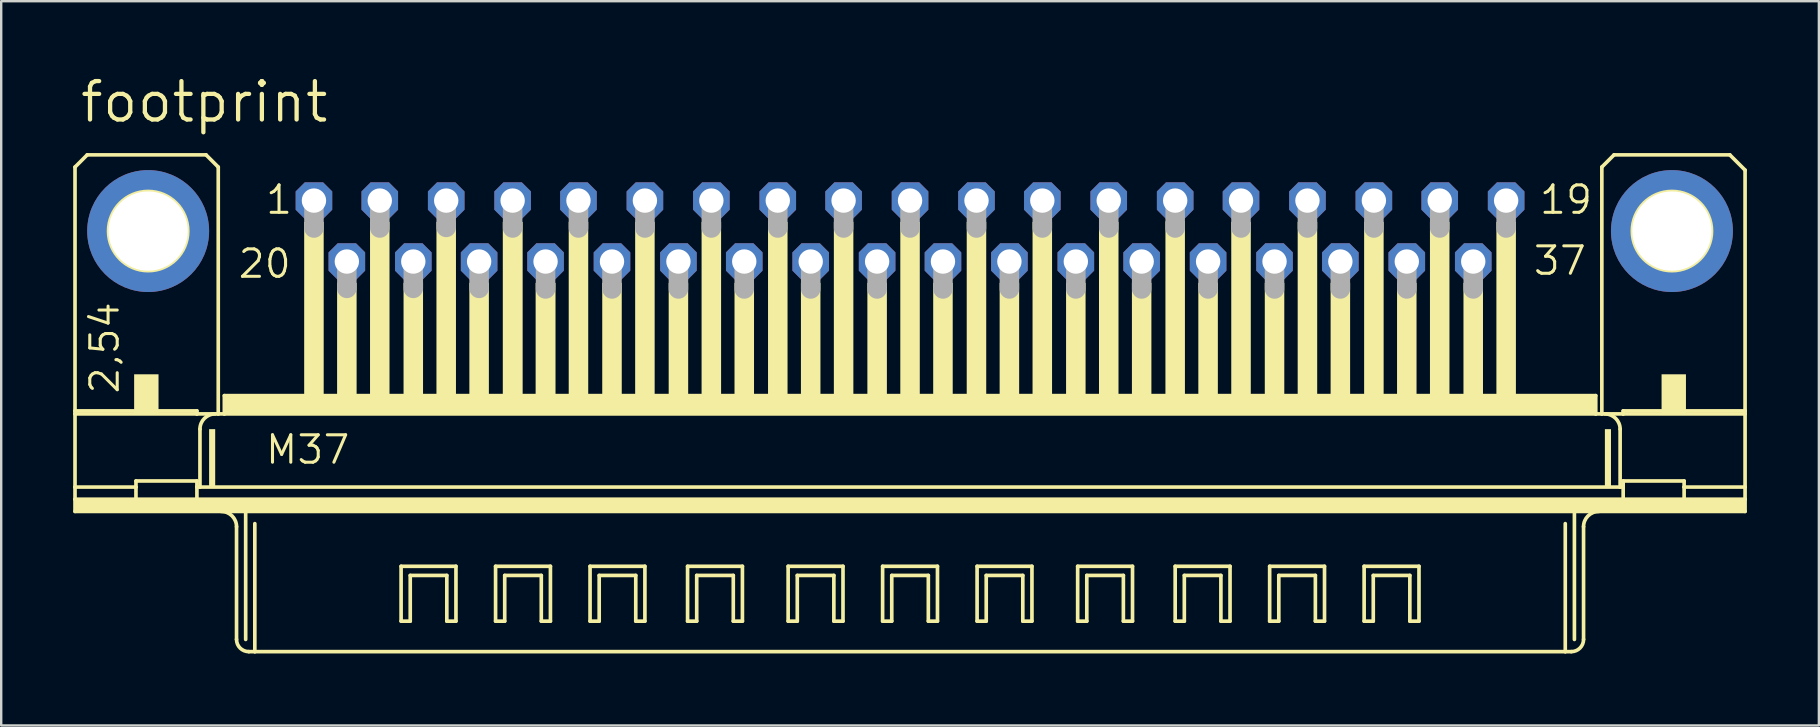
<source format=kicad_pcb>
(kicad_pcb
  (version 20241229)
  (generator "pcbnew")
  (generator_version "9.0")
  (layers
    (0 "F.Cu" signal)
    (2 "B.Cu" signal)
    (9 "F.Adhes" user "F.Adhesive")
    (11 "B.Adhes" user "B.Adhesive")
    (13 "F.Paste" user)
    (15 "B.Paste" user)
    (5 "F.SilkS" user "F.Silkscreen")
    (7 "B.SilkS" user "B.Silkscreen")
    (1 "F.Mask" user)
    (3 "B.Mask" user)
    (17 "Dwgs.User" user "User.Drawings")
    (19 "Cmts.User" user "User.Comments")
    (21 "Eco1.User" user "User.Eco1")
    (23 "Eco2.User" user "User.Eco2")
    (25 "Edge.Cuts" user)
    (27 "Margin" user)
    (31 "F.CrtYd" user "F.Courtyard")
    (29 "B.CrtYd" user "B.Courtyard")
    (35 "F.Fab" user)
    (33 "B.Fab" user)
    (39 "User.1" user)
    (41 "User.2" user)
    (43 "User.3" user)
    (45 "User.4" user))
  (footprint "footprint"
    (layer "F.Cu")
    (at 34.874 6.579)
    (property "Reference" "footprint" (at -34.671 -4.445 0) (layer "F.SilkS") (effects (font (size 1.6 1.6) (thickness 0.178)) (justify left bottom)))
    (fp_line (start -34.798 -2.667) (end -34.798 7.493) (stroke (width 0.152) (type solid)) (layer "F.SilkS"))
    (fp_line (start -34.798 7.62) (end -34.798 7.493) (stroke (width 0.152) (type solid)) (layer "F.SilkS"))
    (fp_line (start -34.798 10.668) (end -34.798 7.62) (stroke (width 0.152) (type solid)) (layer "F.SilkS"))
    (fp_line (start -34.798 11.176) (end -34.798 10.668) (stroke (width 0.152) (type solid)) (layer "F.SilkS"))
    (fp_line (start -34.798 11.684) (end -34.798 11.176) (stroke (width 0.152) (type solid)) (layer "F.SilkS"))
    (fp_line (start -34.29 -3.175) (end -34.798 -2.667) (stroke (width 0.152) (type solid)) (layer "F.SilkS"))
    (fp_line (start -32.258 10.668) (end -34.798 10.668) (stroke (width 0.152) (type solid)) (layer "F.SilkS"))
    (fp_line (start -32.258 10.668) (end -32.258 10.414) (stroke (width 0.152) (type solid)) (layer "F.SilkS"))
    (fp_line (start -32.258 10.668) (end -32.258 11.176) (stroke (width 0.152) (type solid)) (layer "F.SilkS"))
    (fp_line (start -32.258 11.176) (end -34.798 11.176) (stroke (width 0.152) (type solid)) (layer "F.SilkS"))
    (fp_line (start -29.718 7.493) (end -34.798 7.493) (stroke (width 0.152) (type solid)) (layer "F.SilkS"))
    (fp_line (start -29.718 7.493) (end -29.718 7.62) (stroke (width 0.152) (type solid)) (layer "F.SilkS"))
    (fp_line (start -29.718 7.62) (end -34.798 7.62) (stroke (width 0.152) (type solid)) (layer "F.SilkS"))
    (fp_line (start -29.718 10.414) (end -32.258 10.414) (stroke (width 0.152) (type solid)) (layer "F.SilkS"))
    (fp_line (start -29.718 10.414) (end -29.718 10.668) (stroke (width 0.152) (type solid)) (layer "F.SilkS"))
    (fp_line (start -29.718 10.668) (end -29.718 11.176) (stroke (width 0.152) (type solid)) (layer "F.SilkS"))
    (fp_line (start -29.718 11.176) (end -32.258 11.176) (stroke (width 0.152) (type solid)) (layer "F.SilkS"))
    (fp_line (start -29.591 8.255) (end -29.591 10.668) (stroke (width 0.152) (type solid)) (layer "F.SilkS"))
    (fp_line (start -29.591 10.668) (end -29.718 10.668) (stroke (width 0.152) (type solid)) (layer "F.SilkS"))
    (fp_line (start -29.337 -3.175) (end -34.29 -3.175) (stroke (width 0.152) (type solid)) (layer "F.SilkS"))
    (fp_line (start -28.829 -2.667) (end -29.337 -3.175) (stroke (width 0.152) (type solid)) (layer "F.SilkS"))
    (fp_line (start -28.829 -2.667) (end -28.829 7.62) (stroke (width 0.152) (type solid)) (layer "F.SilkS"))
    (fp_line (start -28.829 7.62) (end -29.718 7.62) (stroke (width 0.152) (type solid)) (layer "F.SilkS"))
    (fp_line (start -28.575 7.62) (end -28.829 7.62) (stroke (width 0.152) (type solid)) (layer "F.SilkS"))
    (fp_line (start -28.575 7.62) (end -28.575 6.858) (stroke (width 0.152) (type solid)) (layer "F.SilkS"))
    (fp_line (start -28.067 12.319) (end -28.067 17.018) (stroke (width 0.152) (type solid)) (layer "F.SilkS"))
    (fp_line (start -27.686 11.684) (end -34.798 11.684) (stroke (width 0.152) (type solid)) (layer "F.SilkS"))
    (fp_line (start -27.686 11.684) (end -27.686 17.018) (stroke (width 0.152) (type solid)) (layer "F.SilkS"))
    (fp_line (start -27.305 12.192) (end -27.305 17.526) (stroke (width 0.152) (type solid)) (layer "F.SilkS"))
    (fp_line (start -27.305 17.526) (end -27.559 17.526) (stroke (width 0.152) (type solid)) (layer "F.SilkS"))
    (fp_line (start -21.209 13.97) (end -18.923 13.97) (stroke (width 0.152) (type solid)) (layer "F.SilkS"))
    (fp_line (start -21.209 16.256) (end -21.209 13.97) (stroke (width 0.152) (type solid)) (layer "F.SilkS"))
    (fp_line (start -20.828 14.351) (end -20.828 16.256) (stroke (width 0.152) (type solid)) (layer "F.SilkS"))
    (fp_line (start -20.828 16.256) (end -21.209 16.256) (stroke (width 0.152) (type solid)) (layer "F.SilkS"))
    (fp_line (start -19.304 14.351) (end -20.828 14.351) (stroke (width 0.152) (type solid)) (layer "F.SilkS"))
    (fp_line (start -19.304 16.256) (end -19.304 14.351) (stroke (width 0.152) (type solid)) (layer "F.SilkS"))
    (fp_line (start -18.923 13.97) (end -18.923 16.256) (stroke (width 0.152) (type solid)) (layer "F.SilkS"))
    (fp_line (start -18.923 16.256) (end -19.304 16.256) (stroke (width 0.152) (type solid)) (layer "F.SilkS"))
    (fp_line (start -17.272 13.97) (end -14.986 13.97) (stroke (width 0.152) (type solid)) (layer "F.SilkS"))
    (fp_line (start -17.272 16.256) (end -17.272 13.97) (stroke (width 0.152) (type solid)) (layer "F.SilkS"))
    (fp_line (start -16.891 14.351) (end -16.891 16.256) (stroke (width 0.152) (type solid)) (layer "F.SilkS"))
    (fp_line (start -16.891 16.256) (end -17.272 16.256) (stroke (width 0.152) (type solid)) (layer "F.SilkS"))
    (fp_line (start -15.367 14.351) (end -16.891 14.351) (stroke (width 0.152) (type solid)) (layer "F.SilkS"))
    (fp_line (start -15.367 16.256) (end -15.367 14.351) (stroke (width 0.152) (type solid)) (layer "F.SilkS"))
    (fp_line (start -14.986 13.97) (end -14.986 16.256) (stroke (width 0.152) (type solid)) (layer "F.SilkS"))
    (fp_line (start -14.986 16.256) (end -15.367 16.256) (stroke (width 0.152) (type solid)) (layer "F.SilkS"))
    (fp_line (start -13.335 13.97) (end -11.049 13.97) (stroke (width 0.152) (type solid)) (layer "F.SilkS"))
    (fp_line (start -13.335 16.256) (end -13.335 13.97) (stroke (width 0.152) (type solid)) (layer "F.SilkS"))
    (fp_line (start -12.954 14.351) (end -12.954 16.256) (stroke (width 0.152) (type solid)) (layer "F.SilkS"))
    (fp_line (start -12.954 16.256) (end -13.335 16.256) (stroke (width 0.152) (type solid)) (layer "F.SilkS"))
    (fp_line (start -11.43 14.351) (end -12.954 14.351) (stroke (width 0.152) (type solid)) (layer "F.SilkS"))
    (fp_line (start -11.43 16.256) (end -11.43 14.351) (stroke (width 0.152) (type solid)) (layer "F.SilkS"))
    (fp_line (start -11.049 13.97) (end -11.049 16.256) (stroke (width 0.152) (type solid)) (layer "F.SilkS"))
    (fp_line (start -11.049 16.256) (end -11.43 16.256) (stroke (width 0.152) (type solid)) (layer "F.SilkS"))
    (fp_line (start -9.271 13.97) (end -6.985 13.97) (stroke (width 0.152) (type solid)) (layer "F.SilkS"))
    (fp_line (start -9.271 16.256) (end -9.271 13.97) (stroke (width 0.152) (type solid)) (layer "F.SilkS"))
    (fp_line (start -8.89 14.351) (end -8.89 16.256) (stroke (width 0.152) (type solid)) (layer "F.SilkS"))
    (fp_line (start -8.89 16.256) (end -9.271 16.256) (stroke (width 0.152) (type solid)) (layer "F.SilkS"))
    (fp_line (start -7.366 14.351) (end -8.89 14.351) (stroke (width 0.152) (type solid)) (layer "F.SilkS"))
    (fp_line (start -7.366 16.256) (end -7.366 14.351) (stroke (width 0.152) (type solid)) (layer "F.SilkS"))
    (fp_line (start -6.985 13.97) (end -6.985 16.256) (stroke (width 0.152) (type solid)) (layer "F.SilkS"))
    (fp_line (start -6.985 16.256) (end -7.366 16.256) (stroke (width 0.152) (type solid)) (layer "F.SilkS"))
    (fp_line (start -5.08 13.97) (end -2.794 13.97) (stroke (width 0.152) (type solid)) (layer "F.SilkS"))
    (fp_line (start -5.08 16.256) (end -5.08 13.97) (stroke (width 0.152) (type solid)) (layer "F.SilkS"))
    (fp_line (start -4.699 14.351) (end -4.699 16.256) (stroke (width 0.152) (type solid)) (layer "F.SilkS"))
    (fp_line (start -4.699 16.256) (end -5.08 16.256) (stroke (width 0.152) (type solid)) (layer "F.SilkS"))
    (fp_line (start -3.175 14.351) (end -4.699 14.351) (stroke (width 0.152) (type solid)) (layer "F.SilkS"))
    (fp_line (start -3.175 16.256) (end -3.175 14.351) (stroke (width 0.152) (type solid)) (layer "F.SilkS"))
    (fp_line (start -2.794 13.97) (end -2.794 16.256) (stroke (width 0.152) (type solid)) (layer "F.SilkS"))
    (fp_line (start -2.794 16.256) (end -3.175 16.256) (stroke (width 0.152) (type solid)) (layer "F.SilkS"))
    (fp_line (start -1.143 13.97) (end 1.143 13.97) (stroke (width 0.152) (type solid)) (layer "F.SilkS"))
    (fp_line (start -1.143 16.256) (end -1.143 13.97) (stroke (width 0.152) (type solid)) (layer "F.SilkS"))
    (fp_line (start -0.762 14.351) (end -0.762 16.256) (stroke (width 0.152) (type solid)) (layer "F.SilkS"))
    (fp_line (start -0.762 16.256) (end -1.143 16.256) (stroke (width 0.152) (type solid)) (layer "F.SilkS"))
    (fp_line (start 0.762 14.351) (end -0.762 14.351) (stroke (width 0.152) (type solid)) (layer "F.SilkS"))
    (fp_line (start 0.762 16.256) (end 0.762 14.351) (stroke (width 0.152) (type solid)) (layer "F.SilkS"))
    (fp_line (start 1.143 13.97) (end 1.143 16.256) (stroke (width 0.152) (type solid)) (layer "F.SilkS"))
    (fp_line (start 1.143 16.256) (end 0.762 16.256) (stroke (width 0.152) (type solid)) (layer "F.SilkS"))
    (fp_line (start 2.794 13.97) (end 5.08 13.97) (stroke (width 0.152) (type solid)) (layer "F.SilkS"))
    (fp_line (start 2.794 16.256) (end 2.794 13.97) (stroke (width 0.152) (type solid)) (layer "F.SilkS"))
    (fp_line (start 3.175 14.351) (end 3.175 16.256) (stroke (width 0.152) (type solid)) (layer "F.SilkS"))
    (fp_line (start 3.175 16.256) (end 2.794 16.256) (stroke (width 0.152) (type solid)) (layer "F.SilkS"))
    (fp_line (start 4.699 14.351) (end 3.175 14.351) (stroke (width 0.152) (type solid)) (layer "F.SilkS"))
    (fp_line (start 4.699 16.256) (end 4.699 14.351) (stroke (width 0.152) (type solid)) (layer "F.SilkS"))
    (fp_line (start 5.08 13.97) (end 5.08 16.256) (stroke (width 0.152) (type solid)) (layer "F.SilkS"))
    (fp_line (start 5.08 16.256) (end 4.699 16.256) (stroke (width 0.152) (type solid)) (layer "F.SilkS"))
    (fp_line (start 6.985 13.97) (end 9.271 13.97) (stroke (width 0.152) (type solid)) (layer "F.SilkS"))
    (fp_line (start 6.985 16.256) (end 6.985 13.97) (stroke (width 0.152) (type solid)) (layer "F.SilkS"))
    (fp_line (start 7.366 14.351) (end 7.366 16.256) (stroke (width 0.152) (type solid)) (layer "F.SilkS"))
    (fp_line (start 7.366 16.256) (end 6.985 16.256) (stroke (width 0.152) (type solid)) (layer "F.SilkS"))
    (fp_line (start 8.89 14.351) (end 7.366 14.351) (stroke (width 0.152) (type solid)) (layer "F.SilkS"))
    (fp_line (start 8.89 16.256) (end 8.89 14.351) (stroke (width 0.152) (type solid)) (layer "F.SilkS"))
    (fp_line (start 9.271 13.97) (end 9.271 16.256) (stroke (width 0.152) (type solid)) (layer "F.SilkS"))
    (fp_line (start 9.271 16.256) (end 8.89 16.256) (stroke (width 0.152) (type solid)) (layer "F.SilkS"))
    (fp_line (start 11.049 13.97) (end 13.335 13.97) (stroke (width 0.152) (type solid)) (layer "F.SilkS"))
    (fp_line (start 11.049 16.256) (end 11.049 13.97) (stroke (width 0.152) (type solid)) (layer "F.SilkS"))
    (fp_line (start 11.43 14.351) (end 11.43 16.256) (stroke (width 0.152) (type solid)) (layer "F.SilkS"))
    (fp_line (start 11.43 16.256) (end 11.049 16.256) (stroke (width 0.152) (type solid)) (layer "F.SilkS"))
    (fp_line (start 12.954 14.351) (end 11.43 14.351) (stroke (width 0.152) (type solid)) (layer "F.SilkS"))
    (fp_line (start 12.954 16.256) (end 12.954 14.351) (stroke (width 0.152) (type solid)) (layer "F.SilkS"))
    (fp_line (start 13.335 13.97) (end 13.335 16.256) (stroke (width 0.152) (type solid)) (layer "F.SilkS"))
    (fp_line (start 13.335 16.256) (end 12.954 16.256) (stroke (width 0.152) (type solid)) (layer "F.SilkS"))
    (fp_line (start 14.986 13.97) (end 17.272 13.97) (stroke (width 0.152) (type solid)) (layer "F.SilkS"))
    (fp_line (start 14.986 16.256) (end 14.986 13.97) (stroke (width 0.152) (type solid)) (layer "F.SilkS"))
    (fp_line (start 15.367 14.351) (end 15.367 16.256) (stroke (width 0.152) (type solid)) (layer "F.SilkS"))
    (fp_line (start 15.367 16.256) (end 14.986 16.256) (stroke (width 0.152) (type solid)) (layer "F.SilkS"))
    (fp_line (start 16.891 14.351) (end 15.367 14.351) (stroke (width 0.152) (type solid)) (layer "F.SilkS"))
    (fp_line (start 16.891 16.256) (end 16.891 14.351) (stroke (width 0.152) (type solid)) (layer "F.SilkS"))
    (fp_line (start 17.272 13.97) (end 17.272 16.256) (stroke (width 0.152) (type solid)) (layer "F.SilkS"))
    (fp_line (start 17.272 16.256) (end 16.891 16.256) (stroke (width 0.152) (type solid)) (layer "F.SilkS"))
    (fp_line (start 18.923 13.97) (end 21.209 13.97) (stroke (width 0.152) (type solid)) (layer "F.SilkS"))
    (fp_line (start 18.923 16.256) (end 18.923 13.97) (stroke (width 0.152) (type solid)) (layer "F.SilkS"))
    (fp_line (start 19.304 14.351) (end 19.304 16.256) (stroke (width 0.152) (type solid)) (layer "F.SilkS"))
    (fp_line (start 19.304 16.256) (end 18.923 16.256) (stroke (width 0.152) (type solid)) (layer "F.SilkS"))
    (fp_line (start 20.828 14.351) (end 19.304 14.351) (stroke (width 0.152) (type solid)) (layer "F.SilkS"))
    (fp_line (start 20.828 16.256) (end 20.828 14.351) (stroke (width 0.152) (type solid)) (layer "F.SilkS"))
    (fp_line (start 21.209 13.97) (end 21.209 16.256) (stroke (width 0.152) (type solid)) (layer "F.SilkS"))
    (fp_line (start 21.209 16.256) (end 20.828 16.256) (stroke (width 0.152) (type solid)) (layer "F.SilkS"))
    (fp_line (start 27.305 12.192) (end 27.305 17.526) (stroke (width 0.152) (type solid)) (layer "F.SilkS"))
    (fp_line (start 27.305 17.526) (end -27.305 17.526) (stroke (width 0.152) (type solid)) (layer "F.SilkS"))
    (fp_line (start 27.559 17.526) (end 27.305 17.526) (stroke (width 0.152) (type solid)) (layer "F.SilkS"))
    (fp_line (start 27.686 11.684) (end -27.686 11.684) (stroke (width 0.152) (type solid)) (layer "F.SilkS"))
    (fp_line (start 27.686 11.684) (end 27.686 17.018) (stroke (width 0.152) (type solid)) (layer "F.SilkS"))
    (fp_line (start 28.067 12.319) (end 28.067 17.018) (stroke (width 0.152) (type solid)) (layer "F.SilkS"))
    (fp_line (start 28.575 6.858) (end -28.575 6.858) (stroke (width 0.152) (type solid)) (layer "F.SilkS"))
    (fp_line (start 28.575 7.62) (end -28.575 7.62) (stroke (width 0.152) (type solid)) (layer "F.SilkS"))
    (fp_line (start 28.575 7.62) (end 28.575 6.858) (stroke (width 0.152) (type solid)) (layer "F.SilkS"))
    (fp_line (start 28.829 -2.667) (end 28.829 7.62) (stroke (width 0.152) (type solid)) (layer "F.SilkS"))
    (fp_line (start 28.829 7.62) (end 28.575 7.62) (stroke (width 0.152) (type solid)) (layer "F.SilkS"))
    (fp_line (start 29.337 -3.175) (end 28.829 -2.667) (stroke (width 0.152) (type solid)) (layer "F.SilkS"))
    (fp_line (start 29.337 -3.175) (end 34.163 -3.175) (stroke (width 0.152) (type solid)) (layer "F.SilkS"))
    (fp_line (start 29.591 8.255) (end 29.591 10.668) (stroke (width 0.152) (type solid)) (layer "F.SilkS"))
    (fp_line (start 29.591 10.668) (end -29.591 10.668) (stroke (width 0.152) (type solid)) (layer "F.SilkS"))
    (fp_line (start 29.718 7.493) (end 29.718 7.62) (stroke (width 0.152) (type solid)) (layer "F.SilkS"))
    (fp_line (start 29.718 7.62) (end 28.829 7.62) (stroke (width 0.152) (type solid)) (layer "F.SilkS"))
    (fp_line (start 29.718 10.414) (end 29.718 10.668) (stroke (width 0.152) (type solid)) (layer "F.SilkS"))
    (fp_line (start 29.718 10.668) (end 29.591 10.668) (stroke (width 0.152) (type solid)) (layer "F.SilkS"))
    (fp_line (start 29.718 10.668) (end 29.718 11.176) (stroke (width 0.152) (type solid)) (layer "F.SilkS"))
    (fp_line (start 29.718 11.176) (end -29.718 11.176) (stroke (width 0.152) (type solid)) (layer "F.SilkS"))
    (fp_line (start 32.258 10.414) (end 29.718 10.414) (stroke (width 0.152) (type solid)) (layer "F.SilkS"))
    (fp_line (start 32.258 10.668) (end 32.258 10.414) (stroke (width 0.152) (type solid)) (layer "F.SilkS"))
    (fp_line (start 32.258 10.668) (end 32.258 11.176) (stroke (width 0.152) (type solid)) (layer "F.SilkS"))
    (fp_line (start 32.258 11.176) (end 29.718 11.176) (stroke (width 0.152) (type solid)) (layer "F.SilkS"))
    (fp_line (start 34.163 -3.175) (end 34.798 -2.54) (stroke (width 0.152) (type solid)) (layer "F.SilkS"))
    (fp_line (start 34.798 -2.54) (end 34.798 7.493) (stroke (width 0.152) (type solid)) (layer "F.SilkS"))
    (fp_line (start 34.798 7.493) (end 29.718 7.493) (stroke (width 0.152) (type solid)) (layer "F.SilkS"))
    (fp_line (start 34.798 7.62) (end 29.718 7.62) (stroke (width 0.152) (type solid)) (layer "F.SilkS"))
    (fp_line (start 34.798 7.62) (end 34.798 7.493) (stroke (width 0.152) (type solid)) (layer "F.SilkS"))
    (fp_line (start 34.798 7.62) (end 34.798 10.668) (stroke (width 0.152) (type solid)) (layer "F.SilkS"))
    (fp_line (start 34.798 10.668) (end 32.258 10.668) (stroke (width 0.152) (type solid)) (layer "F.SilkS"))
    (fp_line (start 34.798 10.668) (end 34.798 11.176) (stroke (width 0.152) (type solid)) (layer "F.SilkS"))
    (fp_line (start 34.798 11.176) (end 32.258 11.176) (stroke (width 0.152) (type solid)) (layer "F.SilkS"))
    (fp_line (start 34.798 11.176) (end 34.798 11.684) (stroke (width 0.152) (type solid)) (layer "F.SilkS"))
    (fp_line (start 34.798 11.684) (end 27.686 11.684) (stroke (width 0.152) (type solid)) (layer "F.SilkS"))
    (fp_arc (start -29.591 8.255) (mid -29.405013 7.805987) (end -28.956 7.62) (stroke (width 0.1524) (type solid)) (layer "F.SilkS"))
    (fp_arc (start -28.702 11.684) (mid -28.252987 11.869987) (end -28.067 12.319) (stroke (width 0.1524) (type solid)) (layer "F.SilkS"))
    (fp_arc (start -27.559 17.526) (mid -27.91821 17.37721) (end -28.067 17.018) (stroke (width 0.1524) (type solid)) (layer "F.SilkS"))
    (fp_arc (start 28.067 12.319) (mid 28.252987 11.869987) (end 28.702 11.684) (stroke (width 0.1524) (type solid)) (layer "F.SilkS"))
    (fp_arc (start 28.067 17.018) (mid 27.91821 17.37721) (end 27.559 17.526) (stroke (width 0.1524) (type solid)) (layer "F.SilkS"))
    (fp_arc (start 28.956 7.62) (mid 29.405013 7.805987) (end 29.591 8.255) (stroke (width 0.1524) (type solid)) (layer "F.SilkS"))
    (fp_circle (center -31.75 0) (end -30.099 0) (stroke (width 0.152) (type solid)) (fill no) (layer "F.SilkS"))
    (fp_circle (center 31.75 0) (end 33.401 0) (stroke (width 0.152) (type solid)) (fill no) (layer "F.SilkS"))
    (fp_poly (pts (xy -34.798 11.684) (xy 34.798 11.684) (xy 34.798 11.176) (xy -34.798 11.176)) (stroke (width 0) (type solid)) (fill yes) (layer "F.SilkS"))
    (fp_poly (pts (xy -32.334 7.62) (xy -31.318 7.62) (xy -31.318 5.969) (xy -32.334 5.969)) (stroke (width 0) (type solid)) (fill yes) (layer "F.SilkS"))
    (fp_poly (pts (xy -29.21 10.668) (xy -28.956 10.668) (xy -28.956 8.255) (xy -29.21 8.255)) (stroke (width 0) (type solid)) (fill yes) (layer "F.SilkS"))
    (fp_poly (pts (xy -28.575 7.62) (xy 28.575 7.62) (xy 28.575 6.858) (xy -28.575 6.858)) (stroke (width 0) (type solid)) (fill yes) (layer "F.SilkS"))
    (fp_poly (pts (xy -25.248 6.858) (xy -24.435 6.858) (xy -24.435 -0.381) (xy -25.248 -0.381)) (stroke (width 0) (type solid)) (fill yes) (layer "F.SilkS"))
    (fp_poly (pts (xy -23.876 6.858) (xy -23.063 6.858) (xy -23.063 2.159) (xy -23.876 2.159)) (stroke (width 0) (type solid)) (fill yes) (layer "F.SilkS"))
    (fp_poly (pts (xy -22.504 6.858) (xy -21.692 6.858) (xy -21.692 -0.381) (xy -22.504 -0.381)) (stroke (width 0) (type solid)) (fill yes) (layer "F.SilkS"))
    (fp_poly (pts (xy -21.107 6.858) (xy -20.295 6.858) (xy -20.295 2.159) (xy -21.107 2.159)) (stroke (width 0) (type solid)) (fill yes) (layer "F.SilkS"))
    (fp_poly (pts (xy -19.736 6.858) (xy -18.923 6.858) (xy -18.923 -0.381) (xy -19.736 -0.381)) (stroke (width 0) (type solid)) (fill yes) (layer "F.SilkS"))
    (fp_poly (pts (xy -18.364 6.858) (xy -17.551 6.858) (xy -17.551 2.159) (xy -18.364 2.159)) (stroke (width 0) (type solid)) (fill yes) (layer "F.SilkS"))
    (fp_poly (pts (xy -16.967 6.858) (xy -16.154 6.858) (xy -16.154 -0.381) (xy -16.967 -0.381)) (stroke (width 0) (type solid)) (fill yes) (layer "F.SilkS"))
    (fp_poly (pts (xy -16.967 6.858) (xy -16.154 6.858) (xy -16.154 -0.381) (xy -16.967 -0.381)) (stroke (width 0) (type solid)) (fill yes) (layer "F.SilkS"))
    (fp_poly (pts (xy -15.596 6.858) (xy -14.783 6.858) (xy -14.783 2.159) (xy -15.596 2.159)) (stroke (width 0) (type solid)) (fill yes) (layer "F.SilkS"))
    (fp_poly (pts (xy -15.596 6.858) (xy -14.783 6.858) (xy -14.783 2.159) (xy -15.596 2.159)) (stroke (width 0) (type solid)) (fill yes) (layer "F.SilkS"))
    (fp_poly (pts (xy -14.224 6.858) (xy -13.411 6.858) (xy -13.411 -0.381) (xy -14.224 -0.381)) (stroke (width 0) (type solid)) (fill yes) (layer "F.SilkS"))
    (fp_poly (pts (xy -12.827 6.858) (xy -12.014 6.858) (xy -12.014 2.159) (xy -12.827 2.159)) (stroke (width 0) (type solid)) (fill yes) (layer "F.SilkS"))
    (fp_poly (pts (xy -11.455 6.858) (xy -10.643 6.858) (xy -10.643 -0.381) (xy -11.455 -0.381)) (stroke (width 0) (type solid)) (fill yes) (layer "F.SilkS"))
    (fp_poly (pts (xy -10.058 6.858) (xy -9.246 6.858) (xy -9.246 2.159) (xy -10.058 2.159)) (stroke (width 0) (type solid)) (fill yes) (layer "F.SilkS"))
    (fp_poly (pts (xy -8.687 6.858) (xy -7.874 6.858) (xy -7.874 -0.381) (xy -8.687 -0.381)) (stroke (width 0) (type solid)) (fill yes) (layer "F.SilkS"))
    (fp_poly (pts (xy -7.315 6.858) (xy -6.502 6.858) (xy -6.502 2.159) (xy -7.315 2.159)) (stroke (width 0) (type solid)) (fill yes) (layer "F.SilkS"))
    (fp_poly (pts (xy -5.918 6.858) (xy -5.105 6.858) (xy -5.105 -0.381) (xy -5.918 -0.381)) (stroke (width 0) (type solid)) (fill yes) (layer "F.SilkS"))
    (fp_poly (pts (xy -4.547 6.858) (xy -3.734 6.858) (xy -3.734 2.159) (xy -4.547 2.159)) (stroke (width 0) (type solid)) (fill yes) (layer "F.SilkS"))
    (fp_poly (pts (xy -3.175 6.858) (xy -2.362 6.858) (xy -2.362 -0.381) (xy -3.175 -0.381)) (stroke (width 0) (type solid)) (fill yes) (layer "F.SilkS"))
    (fp_poly (pts (xy -1.778 6.858) (xy -0.965 6.858) (xy -0.965 2.159) (xy -1.778 2.159)) (stroke (width 0) (type solid)) (fill yes) (layer "F.SilkS"))
    (fp_poly (pts (xy -0.406 6.858) (xy 0.406 6.858) (xy 0.406 -0.381) (xy -0.406 -0.381)) (stroke (width 0) (type solid)) (fill yes) (layer "F.SilkS"))
    (fp_poly (pts (xy 0.965 6.858) (xy 1.778 6.858) (xy 1.778 2.159) (xy 0.965 2.159)) (stroke (width 0) (type solid)) (fill yes) (layer "F.SilkS"))
    (fp_poly (pts (xy 2.362 6.858) (xy 3.175 6.858) (xy 3.175 -0.381) (xy 2.362 -0.381)) (stroke (width 0) (type solid)) (fill yes) (layer "F.SilkS"))
    (fp_poly (pts (xy 3.734 6.858) (xy 4.547 6.858) (xy 4.547 2.159) (xy 3.734 2.159)) (stroke (width 0) (type solid)) (fill yes) (layer "F.SilkS"))
    (fp_poly (pts (xy 5.105 6.858) (xy 5.918 6.858) (xy 5.918 -0.381) (xy 5.105 -0.381)) (stroke (width 0) (type solid)) (fill yes) (layer "F.SilkS"))
    (fp_poly (pts (xy 6.502 6.858) (xy 7.315 6.858) (xy 7.315 2.159) (xy 6.502 2.159)) (stroke (width 0) (type solid)) (fill yes) (layer "F.SilkS"))
    (fp_poly (pts (xy 7.874 6.858) (xy 8.687 6.858) (xy 8.687 -0.381) (xy 7.874 -0.381)) (stroke (width 0) (type solid)) (fill yes) (layer "F.SilkS"))
    (fp_poly (pts (xy 9.246 6.858) (xy 10.058 6.858) (xy 10.058 2.159) (xy 9.246 2.159)) (stroke (width 0) (type solid)) (fill yes) (layer "F.SilkS"))
    (fp_poly (pts (xy 10.643 6.833) (xy 11.455 6.833) (xy 11.455 -0.406) (xy 10.643 -0.406)) (stroke (width 0) (type solid)) (fill yes) (layer "F.SilkS"))
    (fp_poly (pts (xy 12.014 6.858) (xy 12.827 6.858) (xy 12.827 2.159) (xy 12.014 2.159)) (stroke (width 0) (type solid)) (fill yes) (layer "F.SilkS"))
    (fp_poly (pts (xy 13.386 6.858) (xy 14.199 6.858) (xy 14.199 -0.381) (xy 13.386 -0.381)) (stroke (width 0) (type solid)) (fill yes) (layer "F.SilkS"))
    (fp_poly (pts (xy 14.783 6.858) (xy 15.596 6.858) (xy 15.596 2.159) (xy 14.783 2.159)) (stroke (width 0) (type solid)) (fill yes) (layer "F.SilkS"))
    (fp_poly (pts (xy 16.154 6.858) (xy 16.967 6.858) (xy 16.967 -0.381) (xy 16.154 -0.381)) (stroke (width 0) (type solid)) (fill yes) (layer "F.SilkS"))
    (fp_poly (pts (xy 17.526 6.858) (xy 18.339 6.858) (xy 18.339 2.159) (xy 17.526 2.159)) (stroke (width 0) (type solid)) (fill yes) (layer "F.SilkS"))
    (fp_poly (pts (xy 18.923 6.858) (xy 19.736 6.858) (xy 19.736 -0.381) (xy 18.923 -0.381)) (stroke (width 0) (type solid)) (fill yes) (layer "F.SilkS"))
    (fp_poly (pts (xy 20.295 6.858) (xy 21.107 6.858) (xy 21.107 2.159) (xy 20.295 2.159)) (stroke (width 0) (type solid)) (fill yes) (layer "F.SilkS"))
    (fp_poly (pts (xy 21.666 6.858) (xy 22.479 6.858) (xy 22.479 -0.381) (xy 21.666 -0.381)) (stroke (width 0) (type solid)) (fill yes) (layer "F.SilkS"))
    (fp_poly (pts (xy 23.063 6.858) (xy 23.876 6.858) (xy 23.876 2.159) (xy 23.063 2.159)) (stroke (width 0) (type solid)) (fill yes) (layer "F.SilkS"))
    (fp_poly (pts (xy 24.435 6.858) (xy 25.248 6.858) (xy 25.248 -0.381) (xy 24.435 -0.381)) (stroke (width 0) (type solid)) (fill yes) (layer "F.SilkS"))
    (fp_poly (pts (xy 28.956 10.668) (xy 29.21 10.668) (xy 29.21 8.255) (xy 28.956 8.255)) (stroke (width 0) (type solid)) (fill yes) (layer "F.SilkS"))
    (fp_poly (pts (xy 31.318 7.62) (xy 32.334 7.62) (xy 32.334 5.969) (xy 31.318 5.969)) (stroke (width 0) (type solid)) (fill yes) (layer "F.SilkS"))
    (fp_line (start -24.841 -1.143) (end -24.841 -0.127) (stroke (width 0.813) (type solid)) (layer "F.Fab"))
    (fp_line (start -23.47 1.372) (end -23.47 2.388) (stroke (width 0.813) (type solid)) (layer "F.Fab"))
    (fp_line (start -22.098 -1.143) (end -22.098 -0.127) (stroke (width 0.813) (type solid)) (layer "F.Fab"))
    (fp_line (start -20.701 1.372) (end -20.701 2.388) (stroke (width 0.813) (type solid)) (layer "F.Fab"))
    (fp_line (start -19.329 -1.168) (end -19.329 -0.152) (stroke (width 0.813) (type solid)) (layer "F.Fab"))
    (fp_line (start -17.958 1.372) (end -17.958 2.388) (stroke (width 0.813) (type solid)) (layer "F.Fab"))
    (fp_line (start -16.561 -1.143) (end -16.561 -0.127) (stroke (width 0.813) (type solid)) (layer "F.Fab"))
    (fp_line (start -15.189 1.397) (end -15.189 2.413) (stroke (width 0.813) (type solid)) (layer "F.Fab"))
    (fp_line (start -13.818 -1.143) (end -13.818 -0.127) (stroke (width 0.813) (type solid)) (layer "F.Fab"))
    (fp_line (start -12.421 1.397) (end -12.421 2.413) (stroke (width 0.813) (type solid)) (layer "F.Fab"))
    (fp_line (start -11.049 -1.143) (end -11.049 -0.127) (stroke (width 0.813) (type solid)) (layer "F.Fab"))
    (fp_line (start -9.652 1.397) (end -9.652 2.413) (stroke (width 0.813) (type solid)) (layer "F.Fab"))
    (fp_line (start -8.28 -1.143) (end -8.28 -0.127) (stroke (width 0.813) (type solid)) (layer "F.Fab"))
    (fp_line (start -6.909 1.397) (end -6.909 2.413) (stroke (width 0.813) (type solid)) (layer "F.Fab"))
    (fp_line (start -5.512 -1.143) (end -5.512 -0.127) (stroke (width 0.813) (type solid)) (layer "F.Fab"))
    (fp_line (start -4.14 1.397) (end -4.14 2.413) (stroke (width 0.813) (type solid)) (layer "F.Fab"))
    (fp_line (start -2.769 -1.143) (end -2.769 -0.127) (stroke (width 0.813) (type solid)) (layer "F.Fab"))
    (fp_line (start -1.372 1.397) (end -1.372 2.413) (stroke (width 0.813) (type solid)) (layer "F.Fab"))
    (fp_line (start 0 -1.143) (end 0 -0.127) (stroke (width 0.813) (type solid)) (layer "F.Fab"))
    (fp_line (start 1.372 1.397) (end 1.372 2.413) (stroke (width 0.813) (type solid)) (layer "F.Fab"))
    (fp_line (start 2.769 -1.143) (end 2.769 -0.127) (stroke (width 0.813) (type solid)) (layer "F.Fab"))
    (fp_line (start 4.14 1.397) (end 4.14 2.413) (stroke (width 0.813) (type solid)) (layer "F.Fab"))
    (fp_line (start 5.512 -1.143) (end 5.512 -0.127) (stroke (width 0.813) (type solid)) (layer "F.Fab"))
    (fp_line (start 6.909 1.397) (end 6.909 2.413) (stroke (width 0.813) (type solid)) (layer "F.Fab"))
    (fp_line (start 8.28 -1.143) (end 8.28 -0.127) (stroke (width 0.813) (type solid)) (layer "F.Fab"))
    (fp_line (start 9.652 1.397) (end 9.652 2.413) (stroke (width 0.813) (type solid)) (layer "F.Fab"))
    (fp_line (start 11.049 -1.143) (end 11.049 -0.127) (stroke (width 0.813) (type solid)) (layer "F.Fab"))
    (fp_line (start 12.421 1.397) (end 12.421 2.413) (stroke (width 0.813) (type solid)) (layer "F.Fab"))
    (fp_line (start 13.792 -1.143) (end 13.792 -0.127) (stroke (width 0.813) (type solid)) (layer "F.Fab"))
    (fp_line (start 15.189 1.397) (end 15.189 2.413) (stroke (width 0.813) (type solid)) (layer "F.Fab"))
    (fp_line (start 16.561 -1.143) (end 16.561 -0.127) (stroke (width 0.813) (type solid)) (layer "F.Fab"))
    (fp_line (start 17.932 1.397) (end 17.932 2.413) (stroke (width 0.813) (type solid)) (layer "F.Fab"))
    (fp_line (start 19.329 -1.143) (end 19.329 -0.127) (stroke (width 0.813) (type solid)) (layer "F.Fab"))
    (fp_line (start 20.701 1.397) (end 20.701 2.413) (stroke (width 0.813) (type solid)) (layer "F.Fab"))
    (fp_line (start 22.073 -1.143) (end 22.073 -0.127) (stroke (width 0.813) (type solid)) (layer "F.Fab"))
    (fp_line (start 23.47 1.397) (end 23.47 2.413) (stroke (width 0.813) (type solid)) (layer "F.Fab"))
    (fp_line (start 24.841 -1.143) (end 24.841 -0.127) (stroke (width 0.813) (type solid)) (layer "F.Fab"))
    (fp_text user "2,54" (at -32.893 6.858 90) (layer "F.SilkS") (effects (font (size 1.143 1.143) (thickness 0.127)) (justify left bottom)))
    (fp_text user "19" (at 26.162 -0.635 0) (layer "F.SilkS") (effects (font (size 1.143 1.143) (thickness 0.127)) (justify left bottom)))
    (fp_text user "37" (at 25.908 1.905 0) (layer "F.SilkS") (effects (font (size 1.143 1.143) (thickness 0.127)) (justify left bottom)))
    (fp_text user "20" (at -28.067 2.032 0) (layer "F.SilkS") (effects (font (size 1.143 1.143) (thickness 0.127)) (justify left bottom)))
    (fp_text user "1" (at -26.924 -0.635 0) (layer "F.SilkS") (effects (font (size 1.143 1.143) (thickness 0.127)) (justify left bottom)))
    (fp_text user "M37" (at -26.924 9.779 0) (layer "F.SilkS") (effects (font (size 1.143 1.143) (thickness 0.127)) (justify left bottom)))
    (pad "1" thru_hole roundrect (at -24.841 -1.27) (size 1.524 1.524) (drill 1.016) (layers "*.Cu" "*.Mask") (roundrect_rratio 0.25) (chamfer_ratio 0.25) (chamfer top_left top_right bottom_left bottom_right))
    (pad "2" thru_hole roundrect (at -22.098 -1.27) (size 1.524 1.524) (drill 1.016) (layers "*.Cu" "*.Mask") (roundrect_rratio 0.25) (chamfer_ratio 0.25) (chamfer top_left top_right bottom_left bottom_right))
    (pad "3" thru_hole roundrect (at -19.329 -1.27) (size 1.524 1.524) (drill 1.016) (layers "*.Cu" "*.Mask") (roundrect_rratio 0.25) (chamfer_ratio 0.25) (chamfer top_left top_right bottom_left bottom_right))
    (pad "4" thru_hole roundrect (at -16.561 -1.27) (size 1.524 1.524) (drill 1.016) (layers "*.Cu" "*.Mask") (roundrect_rratio 0.25) (chamfer_ratio 0.25) (chamfer top_left top_right bottom_left bottom_right))
    (pad "5" thru_hole roundrect (at -13.818 -1.27) (size 1.524 1.524) (drill 1.016) (layers "*.Cu" "*.Mask") (roundrect_rratio 0.25) (chamfer_ratio 0.25) (chamfer top_left top_right bottom_left bottom_right))
    (pad "6" thru_hole roundrect (at -11.049 -1.27) (size 1.524 1.524) (drill 1.016) (layers "*.Cu" "*.Mask") (roundrect_rratio 0.25) (chamfer_ratio 0.25) (chamfer top_left top_right bottom_left bottom_right))
    (pad "7" thru_hole roundrect (at -8.28 -1.27) (size 1.524 1.524) (drill 1.016) (layers "*.Cu" "*.Mask") (roundrect_rratio 0.25) (chamfer_ratio 0.25) (chamfer top_left top_right bottom_left bottom_right))
    (pad "8" thru_hole roundrect (at -5.512 -1.27) (size 1.524 1.524) (drill 1.016) (layers "*.Cu" "*.Mask") (roundrect_rratio 0.25) (chamfer_ratio 0.25) (chamfer top_left top_right bottom_left bottom_right))
    (pad "9" thru_hole roundrect (at -2.769 -1.27) (size 1.524 1.524) (drill 1.016) (layers "*.Cu" "*.Mask") (roundrect_rratio 0.25) (chamfer_ratio 0.25) (chamfer top_left top_right bottom_left bottom_right))
    (pad "10" thru_hole roundrect (at 0 -1.27) (size 1.524 1.524) (drill 1.016) (layers "*.Cu" "*.Mask") (roundrect_rratio 0.25) (chamfer_ratio 0.25) (chamfer top_left top_right bottom_left bottom_right))
    (pad "11" thru_hole roundrect (at 2.769 -1.27) (size 1.524 1.524) (drill 1.016) (layers "*.Cu" "*.Mask") (roundrect_rratio 0.25) (chamfer_ratio 0.25) (chamfer top_left top_right bottom_left bottom_right))
    (pad "12" thru_hole roundrect (at 5.512 -1.27) (size 1.524 1.524) (drill 1.016) (layers "*.Cu" "*.Mask") (roundrect_rratio 0.25) (chamfer_ratio 0.25) (chamfer top_left top_right bottom_left bottom_right))
    (pad "13" thru_hole roundrect (at 8.28 -1.27) (size 1.524 1.524) (drill 1.016) (layers "*.Cu" "*.Mask") (roundrect_rratio 0.25) (chamfer_ratio 0.25) (chamfer top_left top_right bottom_left bottom_right))
    (pad "14" thru_hole roundrect (at 11.049 -1.27) (size 1.524 1.524) (drill 1.016) (layers "*.Cu" "*.Mask") (roundrect_rratio 0.25) (chamfer_ratio 0.25) (chamfer top_left top_right bottom_left bottom_right))
    (pad "15" thru_hole roundrect (at 13.792 -1.27) (size 1.524 1.524) (drill 1.016) (layers "*.Cu" "*.Mask") (roundrect_rratio 0.25) (chamfer_ratio 0.25) (chamfer top_left top_right bottom_left bottom_right))
    (pad "16" thru_hole roundrect (at 16.561 -1.27) (size 1.524 1.524) (drill 1.016) (layers "*.Cu" "*.Mask") (roundrect_rratio 0.25) (chamfer_ratio 0.25) (chamfer top_left top_right bottom_left bottom_right))
    (pad "17" thru_hole roundrect (at 19.329 -1.27) (size 1.524 1.524) (drill 1.016) (layers "*.Cu" "*.Mask") (roundrect_rratio 0.25) (chamfer_ratio 0.25) (chamfer top_left top_right bottom_left bottom_right))
    (pad "18" thru_hole roundrect (at 22.073 -1.27) (size 1.524 1.524) (drill 1.016) (layers "*.Cu" "*.Mask") (roundrect_rratio 0.25) (chamfer_ratio 0.25) (chamfer top_left top_right bottom_left bottom_right))
    (pad "19" thru_hole roundrect (at 24.841 -1.27) (size 1.524 1.524) (drill 1.016) (layers "*.Cu" "*.Mask") (roundrect_rratio 0.25) (chamfer_ratio 0.25) (chamfer top_left top_right bottom_left bottom_right))
    (pad "20" thru_hole roundrect (at -23.47 1.27) (size 1.524 1.524) (drill 1.016) (layers "*.Cu" "*.Mask") (roundrect_rratio 0.25) (chamfer_ratio 0.25) (chamfer top_left top_right bottom_left bottom_right))
    (pad "21" thru_hole roundrect (at -20.701 1.27) (size 1.524 1.524) (drill 1.016) (layers "*.Cu" "*.Mask") (roundrect_rratio 0.25) (chamfer_ratio 0.25) (chamfer top_left top_right bottom_left bottom_right))
    (pad "22" thru_hole roundrect (at -17.958 1.27) (size 1.524 1.524) (drill 1.016) (layers "*.Cu" "*.Mask") (roundrect_rratio 0.25) (chamfer_ratio 0.25) (chamfer top_left top_right bottom_left bottom_right))
    (pad "23" thru_hole roundrect (at -15.189 1.27) (size 1.524 1.524) (drill 1.016) (layers "*.Cu" "*.Mask") (roundrect_rratio 0.25) (chamfer_ratio 0.25) (chamfer top_left top_right bottom_left bottom_right))
    (pad "24" thru_hole roundrect (at -12.421 1.27) (size 1.524 1.524) (drill 1.016) (layers "*.Cu" "*.Mask") (roundrect_rratio 0.25) (chamfer_ratio 0.25) (chamfer top_left top_right bottom_left bottom_right))
    (pad "25" thru_hole roundrect (at -9.652 1.27) (size 1.524 1.524) (drill 1.016) (layers "*.Cu" "*.Mask") (roundrect_rratio 0.25) (chamfer_ratio 0.25) (chamfer top_left top_right bottom_left bottom_right))
    (pad "26" thru_hole roundrect (at -6.909 1.27) (size 1.524 1.524) (drill 1.016) (layers "*.Cu" "*.Mask") (roundrect_rratio 0.25) (chamfer_ratio 0.25) (chamfer top_left top_right bottom_left bottom_right))
    (pad "27" thru_hole roundrect (at -4.14 1.27) (size 1.524 1.524) (drill 1.016) (layers "*.Cu" "*.Mask") (roundrect_rratio 0.25) (chamfer_ratio 0.25) (chamfer top_left top_right bottom_left bottom_right))
    (pad "28" thru_hole roundrect (at -1.372 1.27) (size 1.524 1.524) (drill 1.016) (layers "*.Cu" "*.Mask") (roundrect_rratio 0.25) (chamfer_ratio 0.25) (chamfer top_left top_right bottom_left bottom_right))
    (pad "29" thru_hole roundrect (at 1.372 1.27) (size 1.524 1.524) (drill 1.016) (layers "*.Cu" "*.Mask") (roundrect_rratio 0.25) (chamfer_ratio 0.25) (chamfer top_left top_right bottom_left bottom_right))
    (pad "30" thru_hole roundrect (at 4.14 1.27) (size 1.524 1.524) (drill 1.016) (layers "*.Cu" "*.Mask") (roundrect_rratio 0.25) (chamfer_ratio 0.25) (chamfer top_left top_right bottom_left bottom_right))
    (pad "31" thru_hole roundrect (at 6.909 1.27) (size 1.524 1.524) (drill 1.016) (layers "*.Cu" "*.Mask") (roundrect_rratio 0.25) (chamfer_ratio 0.25) (chamfer top_left top_right bottom_left bottom_right))
    (pad "32" thru_hole roundrect (at 9.652 1.27) (size 1.524 1.524) (drill 1.016) (layers "*.Cu" "*.Mask") (roundrect_rratio 0.25) (chamfer_ratio 0.25) (chamfer top_left top_right bottom_left bottom_right))
    (pad "33" thru_hole roundrect (at 12.421 1.27) (size 1.524 1.524) (drill 1.016) (layers "*.Cu" "*.Mask") (roundrect_rratio 0.25) (chamfer_ratio 0.25) (chamfer top_left top_right bottom_left bottom_right))
    (pad "34" thru_hole roundrect (at 15.189 1.27) (size 1.524 1.524) (drill 1.016) (layers "*.Cu" "*.Mask") (roundrect_rratio 0.25) (chamfer_ratio 0.25) (chamfer top_left top_right bottom_left bottom_right))
    (pad "35" thru_hole roundrect (at 17.932 1.27) (size 1.524 1.524) (drill 1.016) (layers "*.Cu" "*.Mask") (roundrect_rratio 0.25) (chamfer_ratio 0.25) (chamfer top_left top_right bottom_left bottom_right))
    (pad "36" thru_hole roundrect (at 20.701 1.27) (size 1.524 1.524) (drill 1.016) (layers "*.Cu" "*.Mask") (roundrect_rratio 0.25) (chamfer_ratio 0.25) (chamfer top_left top_right bottom_left bottom_right))
    (pad "37" thru_hole roundrect (at 23.47 1.27) (size 1.524 1.524) (drill 1.016) (layers "*.Cu" "*.Mask") (roundrect_rratio 0.25) (chamfer_ratio 0.25) (chamfer top_left top_right bottom_left bottom_right))
    (pad "G1" thru_hole circle (at -31.75 0) (size 5.08 5.08) (drill 3.302) (layers "*.Cu" "*.Mask"))
    (pad "G2" thru_hole circle (at 31.75 0) (size 5.08 5.08) (drill 3.302) (layers "*.Cu" "*.Mask")))
  (gr_rect
    (start -3 -3)
    (end 72.748 27.181)
    (stroke (width 0.1) (type default))
    (fill no)
    (layer "Edge.Cuts")))
</source>
